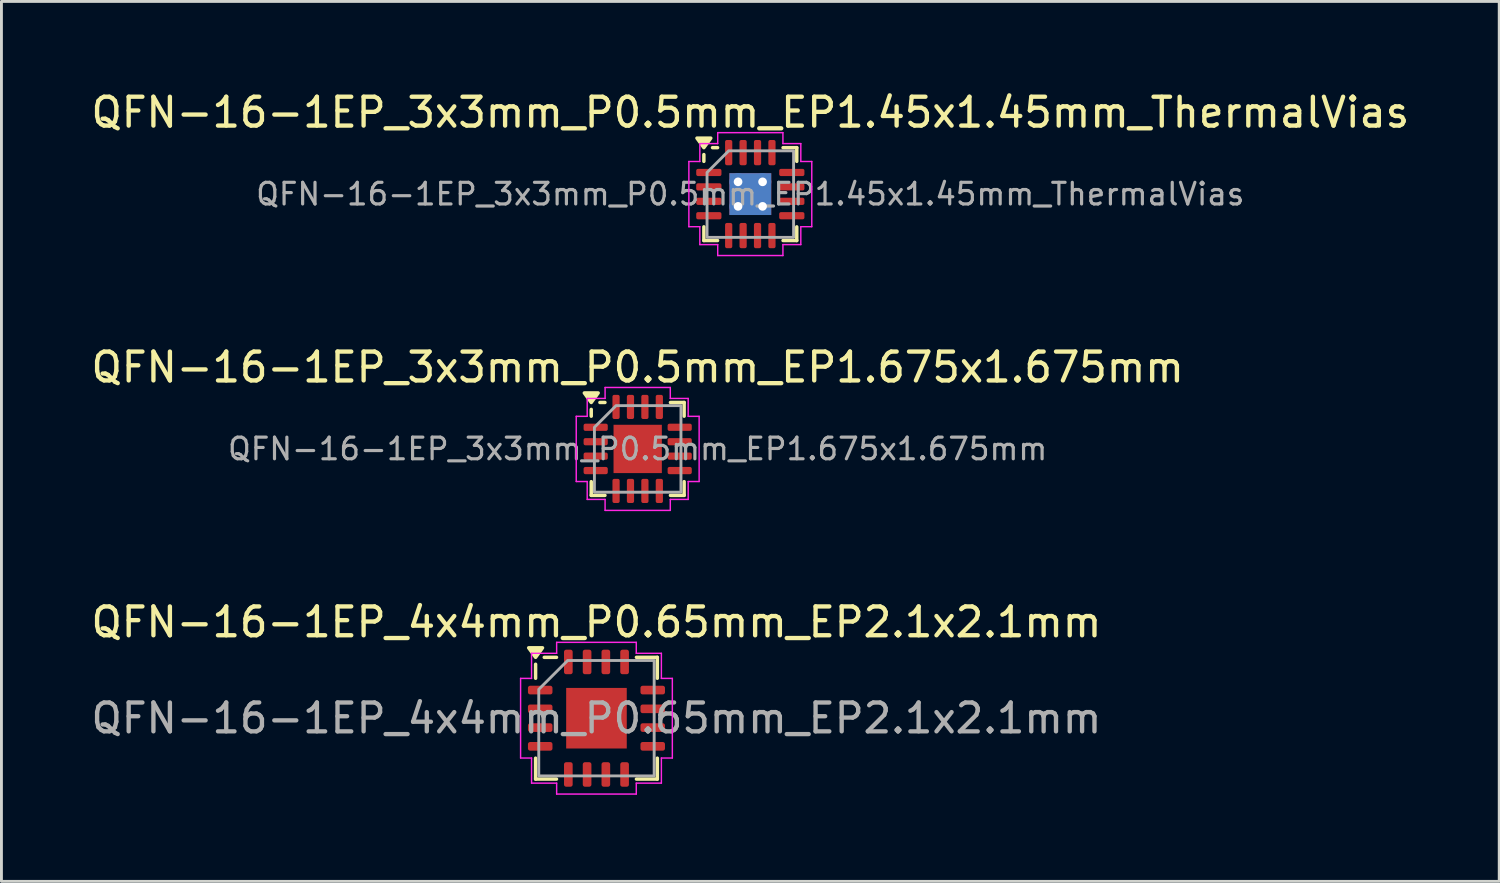
<source format=kicad_pcb>
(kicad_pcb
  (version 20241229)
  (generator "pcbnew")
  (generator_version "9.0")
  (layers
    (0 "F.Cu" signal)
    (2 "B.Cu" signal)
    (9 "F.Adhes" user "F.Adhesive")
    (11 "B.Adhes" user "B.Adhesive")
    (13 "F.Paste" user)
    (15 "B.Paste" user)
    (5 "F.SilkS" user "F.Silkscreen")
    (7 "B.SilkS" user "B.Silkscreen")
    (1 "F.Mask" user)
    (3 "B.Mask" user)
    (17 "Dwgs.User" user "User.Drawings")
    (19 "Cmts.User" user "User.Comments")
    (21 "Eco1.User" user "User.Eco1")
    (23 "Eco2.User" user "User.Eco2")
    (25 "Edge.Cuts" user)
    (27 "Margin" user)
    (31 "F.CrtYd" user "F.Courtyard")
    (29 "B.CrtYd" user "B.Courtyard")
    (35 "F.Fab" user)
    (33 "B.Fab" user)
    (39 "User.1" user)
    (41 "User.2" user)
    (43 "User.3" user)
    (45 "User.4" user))
  (footprint "QFN-16-1EP_4x4mm_P0.65mm_EP2.1x2.1mm"
    (layer "F.Cu")
    (at 17.625 21.845)
    (property "Reference" "QFN-16-1EP_4x4mm_P0.65mm_EP2.1x2.1mm" (at 0 -3.33 0) (layer "F.SilkS") (effects (font (size 1 1) (thickness 0.15))))
    (attr smd)
    (fp_line (start -2.11 -1.385) (end -2.11 -1.87) (stroke (width 0.12) (type solid)) (layer "F.SilkS"))
    (fp_line (start -2.11 2.11) (end -2.11 1.385) (stroke (width 0.12) (type solid)) (layer "F.SilkS"))
    (fp_line (start -1.385 -2.11) (end -1.81 -2.11) (stroke (width 0.12) (type solid)) (layer "F.SilkS"))
    (fp_line (start -1.385 2.11) (end -2.11 2.11) (stroke (width 0.12) (type solid)) (layer "F.SilkS"))
    (fp_line (start 1.385 -2.11) (end 2.11 -2.11) (stroke (width 0.12) (type solid)) (layer "F.SilkS"))
    (fp_line (start 1.385 2.11) (end 2.11 2.11) (stroke (width 0.12) (type solid)) (layer "F.SilkS"))
    (fp_line (start 2.11 -2.11) (end 2.11 -1.385) (stroke (width 0.12) (type solid)) (layer "F.SilkS"))
    (fp_line (start 2.11 2.11) (end 2.11 1.385) (stroke (width 0.12) (type solid)) (layer "F.SilkS"))
    (fp_poly (pts (xy -2.11 -2.11) (xy -2.35 -2.44) (xy -1.87 -2.44)) (stroke (width 0.12) (type solid)) (fill yes) (layer "F.SilkS"))
    (fp_line (start -2.63 -1.38) (end -2.25 -1.38) (stroke (width 0.05) (type solid)) (layer "F.CrtYd"))
    (fp_line (start -2.63 1.38) (end -2.63 -1.38) (stroke (width 0.05) (type solid)) (layer "F.CrtYd"))
    (fp_line (start -2.25 -2.25) (end -1.38 -2.25) (stroke (width 0.05) (type solid)) (layer "F.CrtYd"))
    (fp_line (start -2.25 -1.38) (end -2.25 -2.25) (stroke (width 0.05) (type solid)) (layer "F.CrtYd"))
    (fp_line (start -2.25 1.38) (end -2.63 1.38) (stroke (width 0.05) (type solid)) (layer "F.CrtYd"))
    (fp_line (start -2.25 2.25) (end -2.25 1.38) (stroke (width 0.05) (type solid)) (layer "F.CrtYd"))
    (fp_line (start -1.38 -2.63) (end 1.38 -2.63) (stroke (width 0.05) (type solid)) (layer "F.CrtYd"))
    (fp_line (start -1.38 -2.25) (end -1.38 -2.63) (stroke (width 0.05) (type solid)) (layer "F.CrtYd"))
    (fp_line (start -1.38 2.25) (end -2.25 2.25) (stroke (width 0.05) (type solid)) (layer "F.CrtYd"))
    (fp_line (start -1.38 2.63) (end -1.38 2.25) (stroke (width 0.05) (type solid)) (layer "F.CrtYd"))
    (fp_line (start 1.38 -2.63) (end 1.38 -2.25) (stroke (width 0.05) (type solid)) (layer "F.CrtYd"))
    (fp_line (start 1.38 -2.25) (end 2.25 -2.25) (stroke (width 0.05) (type solid)) (layer "F.CrtYd"))
    (fp_line (start 1.38 2.25) (end 1.38 2.63) (stroke (width 0.05) (type solid)) (layer "F.CrtYd"))
    (fp_line (start 1.38 2.63) (end -1.38 2.63) (stroke (width 0.05) (type solid)) (layer "F.CrtYd"))
    (fp_line (start 2.25 -2.25) (end 2.25 -1.38) (stroke (width 0.05) (type solid)) (layer "F.CrtYd"))
    (fp_line (start 2.25 -1.38) (end 2.63 -1.38) (stroke (width 0.05) (type solid)) (layer "F.CrtYd"))
    (fp_line (start 2.25 1.38) (end 2.25 2.25) (stroke (width 0.05) (type solid)) (layer "F.CrtYd"))
    (fp_line (start 2.25 2.25) (end 1.38 2.25) (stroke (width 0.05) (type solid)) (layer "F.CrtYd"))
    (fp_line (start 2.63 -1.38) (end 2.63 1.38) (stroke (width 0.05) (type solid)) (layer "F.CrtYd"))
    (fp_line (start 2.63 1.38) (end 2.25 1.38) (stroke (width 0.05) (type solid)) (layer "F.CrtYd"))
    (fp_poly (pts (xy -2 -1) (xy -2 2) (xy 2 2) (xy 2 -2) (xy -1 -2)) (stroke (width 0.1) (type solid)) (fill no) (layer "F.Fab"))
    (fp_text user "${REFERENCE}" (at 0 0 0) (layer "F.Fab") (effects (font (size 1 1) (thickness 0.15))))
    (pad "" smd roundrect (at -0.525 -0.525) (size 0.85 0.85) (layers "F.Paste") (roundrect_rratio 0.25))
    (pad "" smd roundrect (at -0.525 0.525) (size 0.85 0.85) (layers "F.Paste") (roundrect_rratio 0.25))
    (pad "" smd roundrect (at 0.525 -0.525) (size 0.85 0.85) (layers "F.Paste") (roundrect_rratio 0.25))
    (pad "" smd roundrect (at 0.525 0.525) (size 0.85 0.85) (layers "F.Paste") (roundrect_rratio 0.25))
    (pad "1" smd roundrect (at -1.95 -0.975) (size 0.85 0.3) (layers "F.Cu" "F.Mask" "F.Paste") (roundrect_rratio 0.25))
    (pad "2" smd roundrect (at -1.95 -0.325) (size 0.85 0.3) (layers "F.Cu" "F.Mask" "F.Paste") (roundrect_rratio 0.25))
    (pad "3" smd roundrect (at -1.95 0.325) (size 0.85 0.3) (layers "F.Cu" "F.Mask" "F.Paste") (roundrect_rratio 0.25))
    (pad "4" smd roundrect (at -1.95 0.975) (size 0.85 0.3) (layers "F.Cu" "F.Mask" "F.Paste") (roundrect_rratio 0.25))
    (pad "5" smd roundrect (at -0.975 1.95) (size 0.3 0.85) (layers "F.Cu" "F.Mask" "F.Paste") (roundrect_rratio 0.25))
    (pad "6" smd roundrect (at -0.325 1.95) (size 0.3 0.85) (layers "F.Cu" "F.Mask" "F.Paste") (roundrect_rratio 0.25))
    (pad "7" smd roundrect (at 0.325 1.95) (size 0.3 0.85) (layers "F.Cu" "F.Mask" "F.Paste") (roundrect_rratio 0.25))
    (pad "8" smd roundrect (at 0.975 1.95) (size 0.3 0.85) (layers "F.Cu" "F.Mask" "F.Paste") (roundrect_rratio 0.25))
    (pad "9" smd roundrect (at 1.95 0.975) (size 0.85 0.3) (layers "F.Cu" "F.Mask" "F.Paste") (roundrect_rratio 0.25))
    (pad "10" smd roundrect (at 1.95 0.325) (size 0.85 0.3) (layers "F.Cu" "F.Mask" "F.Paste") (roundrect_rratio 0.25))
    (pad "11" smd roundrect (at 1.95 -0.325) (size 0.85 0.3) (layers "F.Cu" "F.Mask" "F.Paste") (roundrect_rratio 0.25))
    (pad "12" smd roundrect (at 1.95 -0.975) (size 0.85 0.3) (layers "F.Cu" "F.Mask" "F.Paste") (roundrect_rratio 0.25))
    (pad "13" smd roundrect (at 0.975 -1.95) (size 0.3 0.85) (layers "F.Cu" "F.Mask" "F.Paste") (roundrect_rratio 0.25))
    (pad "14" smd roundrect (at 0.325 -1.95) (size 0.3 0.85) (layers "F.Cu" "F.Mask" "F.Paste") (roundrect_rratio 0.25))
    (pad "15" smd roundrect (at -0.325 -1.95) (size 0.3 0.85) (layers "F.Cu" "F.Mask" "F.Paste") (roundrect_rratio 0.25))
    (pad "16" smd roundrect (at -0.975 -1.95) (size 0.3 0.85) (layers "F.Cu" "F.Mask" "F.Paste") (roundrect_rratio 0.25))
    (pad "17" smd rect (at 0 0) (size 2.1 2.1) (property pad_prop_heatsink) (layers "F.Cu" "F.Mask")))
  (footprint "QFN-16-1EP_3x3mm_P0.5mm_EP1.675x1.675mm"
    (layer "F.Cu")
    (at 19.054 12.511)
    (property "Reference" "QFN-16-1EP_3x3mm_P0.5mm_EP1.675x1.675mm" (at 0 -2.83 0) (layer "F.SilkS") (effects (font (size 1 1) (thickness 0.15))))
    (attr smd)
    (fp_line (start -1.61 -1.135) (end -1.61 -1.37) (stroke (width 0.12) (type solid)) (layer "F.SilkS"))
    (fp_line (start -1.61 1.61) (end -1.61 1.135) (stroke (width 0.12) (type solid)) (layer "F.SilkS"))
    (fp_line (start -1.135 -1.61) (end -1.31 -1.61) (stroke (width 0.12) (type solid)) (layer "F.SilkS"))
    (fp_line (start -1.135 1.61) (end -1.61 1.61) (stroke (width 0.12) (type solid)) (layer "F.SilkS"))
    (fp_line (start 1.135 -1.61) (end 1.61 -1.61) (stroke (width 0.12) (type solid)) (layer "F.SilkS"))
    (fp_line (start 1.135 1.61) (end 1.61 1.61) (stroke (width 0.12) (type solid)) (layer "F.SilkS"))
    (fp_line (start 1.61 -1.61) (end 1.61 -1.135) (stroke (width 0.12) (type solid)) (layer "F.SilkS"))
    (fp_line (start 1.61 1.61) (end 1.61 1.135) (stroke (width 0.12) (type solid)) (layer "F.SilkS"))
    (fp_poly (pts (xy -1.61 -1.61) (xy -1.85 -1.94) (xy -1.37 -1.94)) (stroke (width 0.12) (type solid)) (fill yes) (layer "F.SilkS"))
    (fp_line (start -2.13 -1.13) (end -1.75 -1.13) (stroke (width 0.05) (type solid)) (layer "F.CrtYd"))
    (fp_line (start -2.13 1.13) (end -2.13 -1.13) (stroke (width 0.05) (type solid)) (layer "F.CrtYd"))
    (fp_line (start -1.75 -1.75) (end -1.13 -1.75) (stroke (width 0.05) (type solid)) (layer "F.CrtYd"))
    (fp_line (start -1.75 -1.13) (end -1.75 -1.75) (stroke (width 0.05) (type solid)) (layer "F.CrtYd"))
    (fp_line (start -1.75 1.13) (end -2.13 1.13) (stroke (width 0.05) (type solid)) (layer "F.CrtYd"))
    (fp_line (start -1.75 1.75) (end -1.75 1.13) (stroke (width 0.05) (type solid)) (layer "F.CrtYd"))
    (fp_line (start -1.13 -2.13) (end 1.13 -2.13) (stroke (width 0.05) (type solid)) (layer "F.CrtYd"))
    (fp_line (start -1.13 -1.75) (end -1.13 -2.13) (stroke (width 0.05) (type solid)) (layer "F.CrtYd"))
    (fp_line (start -1.13 1.75) (end -1.75 1.75) (stroke (width 0.05) (type solid)) (layer "F.CrtYd"))
    (fp_line (start -1.13 2.13) (end -1.13 1.75) (stroke (width 0.05) (type solid)) (layer "F.CrtYd"))
    (fp_line (start 1.13 -2.13) (end 1.13 -1.75) (stroke (width 0.05) (type solid)) (layer "F.CrtYd"))
    (fp_line (start 1.13 -1.75) (end 1.75 -1.75) (stroke (width 0.05) (type solid)) (layer "F.CrtYd"))
    (fp_line (start 1.13 1.75) (end 1.13 2.13) (stroke (width 0.05) (type solid)) (layer "F.CrtYd"))
    (fp_line (start 1.13 2.13) (end -1.13 2.13) (stroke (width 0.05) (type solid)) (layer "F.CrtYd"))
    (fp_line (start 1.75 -1.75) (end 1.75 -1.13) (stroke (width 0.05) (type solid)) (layer "F.CrtYd"))
    (fp_line (start 1.75 -1.13) (end 2.13 -1.13) (stroke (width 0.05) (type solid)) (layer "F.CrtYd"))
    (fp_line (start 1.75 1.13) (end 1.75 1.75) (stroke (width 0.05) (type solid)) (layer "F.CrtYd"))
    (fp_line (start 1.75 1.75) (end 1.13 1.75) (stroke (width 0.05) (type solid)) (layer "F.CrtYd"))
    (fp_line (start 2.13 -1.13) (end 2.13 1.13) (stroke (width 0.05) (type solid)) (layer "F.CrtYd"))
    (fp_line (start 2.13 1.13) (end 1.75 1.13) (stroke (width 0.05) (type solid)) (layer "F.CrtYd"))
    (fp_poly (pts (xy -1.5 -0.75) (xy -1.5 1.5) (xy 1.5 1.5) (xy 1.5 -1.5) (xy -0.75 -1.5)) (stroke (width 0.1) (type solid)) (fill no) (layer "F.Fab"))
    (fp_text user "${REFERENCE}" (at 0 0 0) (layer "F.Fab") (effects (font (size 0.75 0.75) (thickness 0.11))))
    (pad "" smd roundrect (at 0 0) (size 1.35 1.35) (layers "F.Paste") (roundrect_rratio 0.185))
    (pad "1" smd roundrect (at -1.456 -0.75) (size 0.838 0.25) (layers "F.Cu" "F.Mask" "F.Paste") (roundrect_rratio 0.25))
    (pad "2" smd roundrect (at -1.456 -0.25) (size 0.838 0.25) (layers "F.Cu" "F.Mask" "F.Paste") (roundrect_rratio 0.25))
    (pad "3" smd roundrect (at -1.456 0.25) (size 0.838 0.25) (layers "F.Cu" "F.Mask" "F.Paste") (roundrect_rratio 0.25))
    (pad "4" smd roundrect (at -1.456 0.75) (size 0.838 0.25) (layers "F.Cu" "F.Mask" "F.Paste") (roundrect_rratio 0.25))
    (pad "5" smd roundrect (at -0.75 1.456) (size 0.25 0.838) (layers "F.Cu" "F.Mask" "F.Paste") (roundrect_rratio 0.25))
    (pad "6" smd roundrect (at -0.25 1.456) (size 0.25 0.838) (layers "F.Cu" "F.Mask" "F.Paste") (roundrect_rratio 0.25))
    (pad "7" smd roundrect (at 0.25 1.456) (size 0.25 0.838) (layers "F.Cu" "F.Mask" "F.Paste") (roundrect_rratio 0.25))
    (pad "8" smd roundrect (at 0.75 1.456) (size 0.25 0.838) (layers "F.Cu" "F.Mask" "F.Paste") (roundrect_rratio 0.25))
    (pad "9" smd roundrect (at 1.456 0.75) (size 0.838 0.25) (layers "F.Cu" "F.Mask" "F.Paste") (roundrect_rratio 0.25))
    (pad "10" smd roundrect (at 1.456 0.25) (size 0.838 0.25) (layers "F.Cu" "F.Mask" "F.Paste") (roundrect_rratio 0.25))
    (pad "11" smd roundrect (at 1.456 -0.25) (size 0.838 0.25) (layers "F.Cu" "F.Mask" "F.Paste") (roundrect_rratio 0.25))
    (pad "12" smd roundrect (at 1.456 -0.75) (size 0.838 0.25) (layers "F.Cu" "F.Mask" "F.Paste") (roundrect_rratio 0.25))
    (pad "13" smd roundrect (at 0.75 -1.456) (size 0.25 0.838) (layers "F.Cu" "F.Mask" "F.Paste") (roundrect_rratio 0.25))
    (pad "14" smd roundrect (at 0.25 -1.456) (size 0.25 0.838) (layers "F.Cu" "F.Mask" "F.Paste") (roundrect_rratio 0.25))
    (pad "15" smd roundrect (at -0.25 -1.456) (size 0.25 0.838) (layers "F.Cu" "F.Mask" "F.Paste") (roundrect_rratio 0.25))
    (pad "16" smd roundrect (at -0.75 -1.456) (size 0.25 0.838) (layers "F.Cu" "F.Mask" "F.Paste") (roundrect_rratio 0.25))
    (pad "17" smd rect (at 0 0) (size 1.675 1.675) (property pad_prop_heatsink) (layers "F.Cu" "F.Mask")))
  (footprint "QFN-16-1EP_3x3mm_P0.5mm_EP1.45x1.45mm_ThermalVias"
    (layer "F.Cu")
    (at 22.958 3.678)
    (property "Reference" "QFN-16-1EP_3x3mm_P0.5mm_EP1.45x1.45mm_ThermalVias" (at 0 -2.83 0) (layer "F.SilkS") (effects (font (size 1 1) (thickness 0.15))))
    (attr smd)
    (fp_line (start -1.61 -1.135) (end -1.61 -1.37) (stroke (width 0.12) (type solid)) (layer "F.SilkS"))
    (fp_line (start -1.61 1.61) (end -1.61 1.135) (stroke (width 0.12) (type solid)) (layer "F.SilkS"))
    (fp_line (start -1.135 -1.61) (end -1.31 -1.61) (stroke (width 0.12) (type solid)) (layer "F.SilkS"))
    (fp_line (start -1.135 1.61) (end -1.61 1.61) (stroke (width 0.12) (type solid)) (layer "F.SilkS"))
    (fp_line (start 1.135 -1.61) (end 1.61 -1.61) (stroke (width 0.12) (type solid)) (layer "F.SilkS"))
    (fp_line (start 1.135 1.61) (end 1.61 1.61) (stroke (width 0.12) (type solid)) (layer "F.SilkS"))
    (fp_line (start 1.61 -1.61) (end 1.61 -1.135) (stroke (width 0.12) (type solid)) (layer "F.SilkS"))
    (fp_line (start 1.61 1.61) (end 1.61 1.135) (stroke (width 0.12) (type solid)) (layer "F.SilkS"))
    (fp_poly (pts (xy -1.61 -1.61) (xy -1.85 -1.94) (xy -1.37 -1.94)) (stroke (width 0.12) (type solid)) (fill yes) (layer "F.SilkS"))
    (fp_line (start -2.13 -1.13) (end -1.75 -1.13) (stroke (width 0.05) (type solid)) (layer "F.CrtYd"))
    (fp_line (start -2.13 1.13) (end -2.13 -1.13) (stroke (width 0.05) (type solid)) (layer "F.CrtYd"))
    (fp_line (start -1.75 -1.75) (end -1.13 -1.75) (stroke (width 0.05) (type solid)) (layer "F.CrtYd"))
    (fp_line (start -1.75 -1.13) (end -1.75 -1.75) (stroke (width 0.05) (type solid)) (layer "F.CrtYd"))
    (fp_line (start -1.75 1.13) (end -2.13 1.13) (stroke (width 0.05) (type solid)) (layer "F.CrtYd"))
    (fp_line (start -1.75 1.75) (end -1.75 1.13) (stroke (width 0.05) (type solid)) (layer "F.CrtYd"))
    (fp_line (start -1.13 -2.13) (end 1.13 -2.13) (stroke (width 0.05) (type solid)) (layer "F.CrtYd"))
    (fp_line (start -1.13 -1.75) (end -1.13 -2.13) (stroke (width 0.05) (type solid)) (layer "F.CrtYd"))
    (fp_line (start -1.13 1.75) (end -1.75 1.75) (stroke (width 0.05) (type solid)) (layer "F.CrtYd"))
    (fp_line (start -1.13 2.13) (end -1.13 1.75) (stroke (width 0.05) (type solid)) (layer "F.CrtYd"))
    (fp_line (start 1.13 -2.13) (end 1.13 -1.75) (stroke (width 0.05) (type solid)) (layer "F.CrtYd"))
    (fp_line (start 1.13 -1.75) (end 1.75 -1.75) (stroke (width 0.05) (type solid)) (layer "F.CrtYd"))
    (fp_line (start 1.13 1.75) (end 1.13 2.13) (stroke (width 0.05) (type solid)) (layer "F.CrtYd"))
    (fp_line (start 1.13 2.13) (end -1.13 2.13) (stroke (width 0.05) (type solid)) (layer "F.CrtYd"))
    (fp_line (start 1.75 -1.75) (end 1.75 -1.13) (stroke (width 0.05) (type solid)) (layer "F.CrtYd"))
    (fp_line (start 1.75 -1.13) (end 2.13 -1.13) (stroke (width 0.05) (type solid)) (layer "F.CrtYd"))
    (fp_line (start 1.75 1.13) (end 1.75 1.75) (stroke (width 0.05) (type solid)) (layer "F.CrtYd"))
    (fp_line (start 1.75 1.75) (end 1.13 1.75) (stroke (width 0.05) (type solid)) (layer "F.CrtYd"))
    (fp_line (start 2.13 -1.13) (end 2.13 1.13) (stroke (width 0.05) (type solid)) (layer "F.CrtYd"))
    (fp_line (start 2.13 1.13) (end 1.75 1.13) (stroke (width 0.05) (type solid)) (layer "F.CrtYd"))
    (fp_poly (pts (xy -1.5 -0.75) (xy -1.5 1.5) (xy 1.5 1.5) (xy 1.5 -1.5) (xy -0.75 -1.5)) (stroke (width 0.1) (type solid)) (fill no) (layer "F.Fab"))
    (fp_text user "${REFERENCE}" (at 0 0 0) (layer "F.Fab") (effects (font (size 0.75 0.75) (thickness 0.11))))
    (pad "" smd roundrect (at -0.36 -0.36) (size 0.63 0.63) (layers "F.Paste") (roundrect_rratio 0.25))
    (pad "" smd roundrect (at -0.36 0.36) (size 0.63 0.63) (layers "F.Paste") (roundrect_rratio 0.25))
    (pad "" smd roundrect (at 0.36 -0.36) (size 0.63 0.63) (layers "F.Paste") (roundrect_rratio 0.25))
    (pad "" smd roundrect (at 0.36 0.36) (size 0.63 0.63) (layers "F.Paste") (roundrect_rratio 0.25))
    (pad "1" smd roundrect (at -1.438 -0.75) (size 0.875 0.25) (layers "F.Cu" "F.Mask" "F.Paste") (roundrect_rratio 0.25))
    (pad "2" smd roundrect (at -1.438 -0.25) (size 0.875 0.25) (layers "F.Cu" "F.Mask" "F.Paste") (roundrect_rratio 0.25))
    (pad "3" smd roundrect (at -1.438 0.25) (size 0.875 0.25) (layers "F.Cu" "F.Mask" "F.Paste") (roundrect_rratio 0.25))
    (pad "4" smd roundrect (at -1.438 0.75) (size 0.875 0.25) (layers "F.Cu" "F.Mask" "F.Paste") (roundrect_rratio 0.25))
    (pad "5" smd roundrect (at -0.75 1.438) (size 0.25 0.875) (layers "F.Cu" "F.Mask" "F.Paste") (roundrect_rratio 0.25))
    (pad "6" smd roundrect (at -0.25 1.438) (size 0.25 0.875) (layers "F.Cu" "F.Mask" "F.Paste") (roundrect_rratio 0.25))
    (pad "7" smd roundrect (at 0.25 1.438) (size 0.25 0.875) (layers "F.Cu" "F.Mask" "F.Paste") (roundrect_rratio 0.25))
    (pad "8" smd roundrect (at 0.75 1.438) (size 0.25 0.875) (layers "F.Cu" "F.Mask" "F.Paste") (roundrect_rratio 0.25))
    (pad "9" smd roundrect (at 1.438 0.75) (size 0.875 0.25) (layers "F.Cu" "F.Mask" "F.Paste") (roundrect_rratio 0.25))
    (pad "10" smd roundrect (at 1.438 0.25) (size 0.875 0.25) (layers "F.Cu" "F.Mask" "F.Paste") (roundrect_rratio 0.25))
    (pad "11" smd roundrect (at 1.438 -0.25) (size 0.875 0.25) (layers "F.Cu" "F.Mask" "F.Paste") (roundrect_rratio 0.25))
    (pad "12" smd roundrect (at 1.438 -0.75) (size 0.875 0.25) (layers "F.Cu" "F.Mask" "F.Paste") (roundrect_rratio 0.25))
    (pad "13" smd roundrect (at 0.75 -1.438) (size 0.25 0.875) (layers "F.Cu" "F.Mask" "F.Paste") (roundrect_rratio 0.25))
    (pad "14" smd roundrect (at 0.25 -1.438) (size 0.25 0.875) (layers "F.Cu" "F.Mask" "F.Paste") (roundrect_rratio 0.25))
    (pad "15" smd roundrect (at -0.25 -1.438) (size 0.25 0.875) (layers "F.Cu" "F.Mask" "F.Paste") (roundrect_rratio 0.25))
    (pad "16" smd roundrect (at -0.75 -1.438) (size 0.25 0.875) (layers "F.Cu" "F.Mask" "F.Paste") (roundrect_rratio 0.25))
    (pad "17" thru_hole circle (at -0.425 -0.425) (size 0.6 0.6) (drill 0.3) (property pad_prop_heatsink) (layers "*.Cu"))
    (pad "17" thru_hole circle (at -0.425 0.425) (size 0.6 0.6) (drill 0.3) (property pad_prop_heatsink) (layers "*.Cu"))
    (pad "17" smd rect (at 0 0) (size 1.45 1.45) (property pad_prop_heatsink) (layers "F.Cu" "F.Mask"))
    (pad "17" smd rect (at 0 0) (size 1.45 1.45) (property pad_prop_heatsink) (layers "B.Cu"))
    (pad "17" thru_hole circle (at 0.425 -0.425) (size 0.6 0.6) (drill 0.3) (property pad_prop_heatsink) (layers "*.Cu"))
    (pad "17" thru_hole circle (at 0.425 0.425) (size 0.6 0.6) (drill 0.3) (property pad_prop_heatsink) (layers "*.Cu")))
  (gr_rect
    (start -3 -3)
    (end 48.917 27.5)
    (stroke (width 0.1) (type default))
    (fill no)
    (layer "Edge.Cuts")))
</source>
